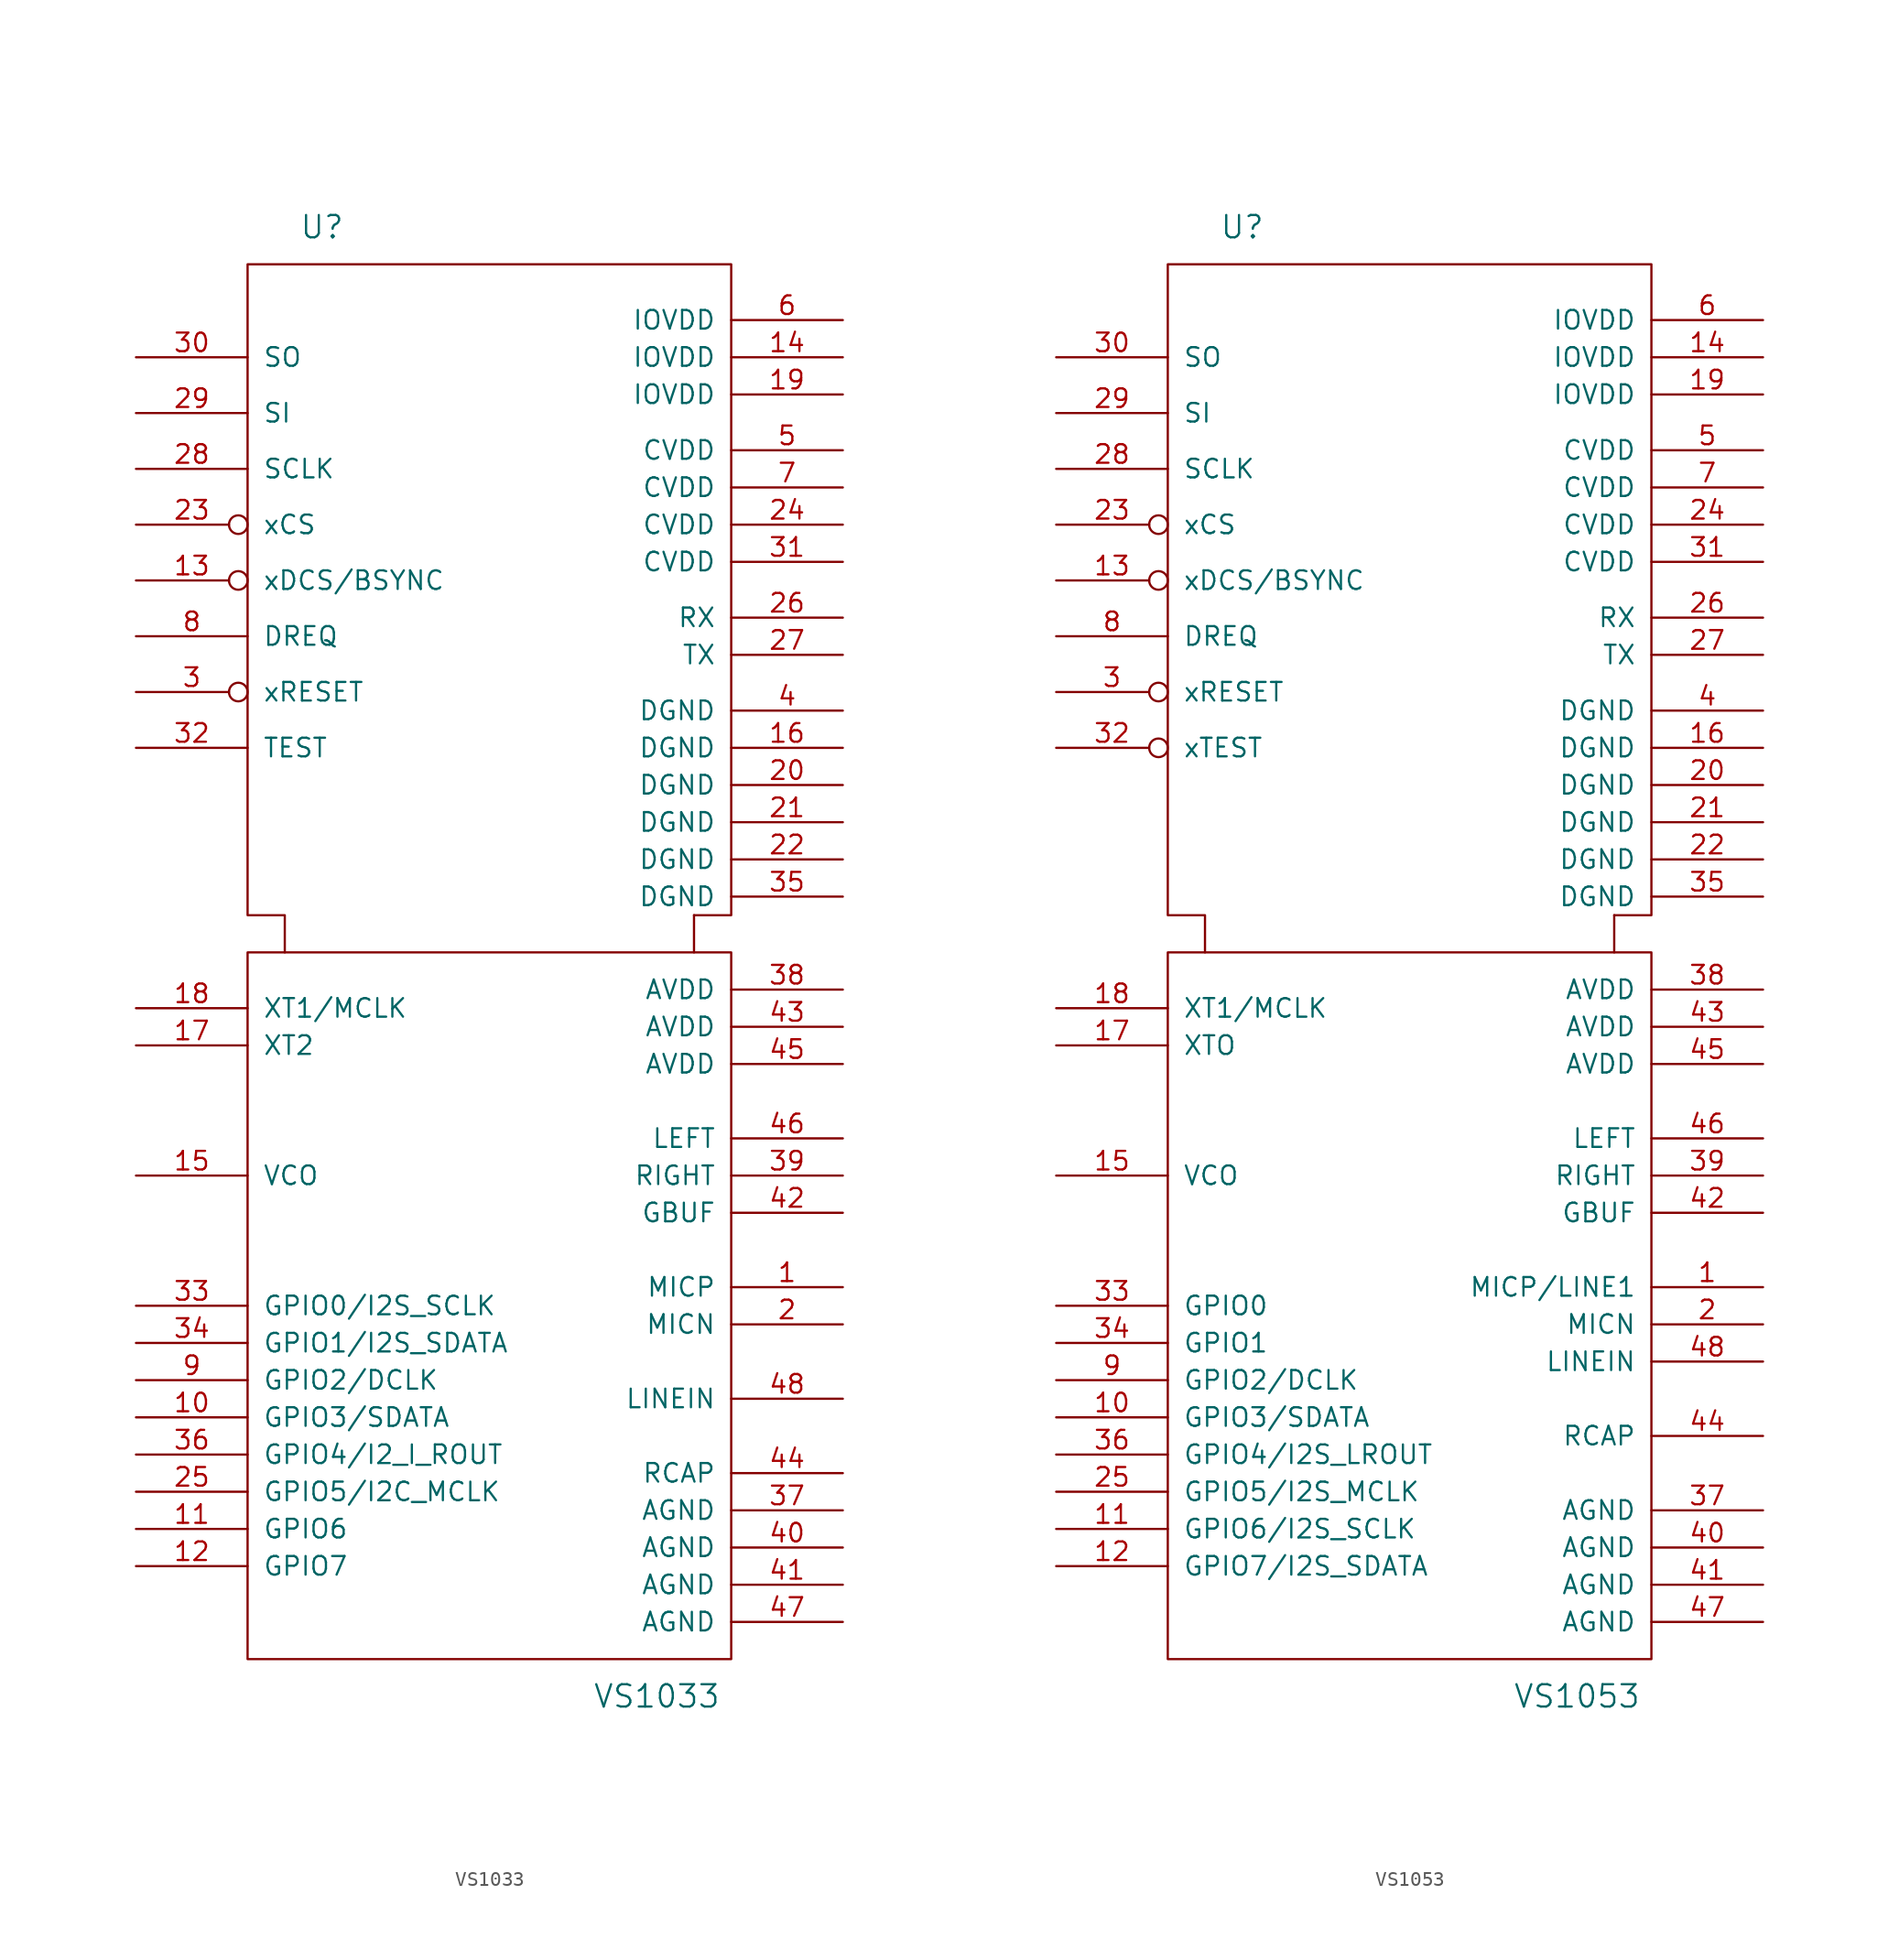
<source format=kicad_sym>
(kicad_symbol_lib
  (version 20211014)
  (generator kicad_symbol_editor)
  (symbol "VS1033"
    (pin_names
      (offset 1.016))
    (property "Reference" "U"
      (at -11.43 49.53 0)
      (effects (font (size 1.524 1.524))))
    (property "Value" "VS1033"
      (at 11.43 -50.8 0)
      (effects (font (size 1.524 1.524))))
    (property "Footprint" ""
      (at 0 0 0)
      (effects (font (size 1.524 1.524))))
    (property "Datasheet" ""
      (at 0 0 0)
      (effects (font (size 1.524 1.524))))
    (symbol "VS1033_0_1"
      (rectangle (start -16.51 0) (end 16.51 -48.26) (stroke (width 0) (type default) (color 0 0 0 0)) (fill (type none)))
      (polyline (pts (xy 13.97 0) (xy 13.97 2.54) (xy 13.97 2.54)) (stroke (width 0) (type default) (color 0 0 0 0)) (fill (type none)))
      (polyline (pts (xy 13.97 2.54) (xy 16.51 2.54) (xy 16.51 46.99) (xy -16.51 46.99) (xy -16.51 2.54) (xy -13.97 2.54) (xy -13.97 0) (xy -13.97 0)) (stroke (width 0) (type default) (color 0 0 0 0)) (fill (type none))))
    (symbol "VS1033_1_1"
      (pin input line (at 24.13 -22.86 180) (length 7.62) (name "MICP" (effects (font (size 1.27 1.27)))) (number "1" (effects (font (size 1.27 1.27)))))
      (pin bidirectional line (at -24.13 -31.75 0) (length 7.62) (name "GPIO3/SDATA" (effects (font (size 1.27 1.27)))) (number "10" (effects (font (size 1.27 1.27)))))
      (pin bidirectional line (at -24.13 -39.37 0) (length 7.62) (name "GPIO6" (effects (font (size 1.27 1.27)))) (number "11" (effects (font (size 1.27 1.27)))))
      (pin bidirectional line (at -24.13 -41.91 0) (length 7.62) (name "GPIO7" (effects (font (size 1.27 1.27)))) (number "12" (effects (font (size 1.27 1.27)))))
      (pin input inverted (at -24.13 25.4 0) (length 7.62) (name "xDCS/BSYNC" (effects (font (size 1.27 1.27)))) (number "13" (effects (font (size 1.27 1.27)))))
      (pin power_in line (at 24.13 40.64 180) (length 7.62) (name "IOVDD" (effects (font (size 1.27 1.27)))) (number "14" (effects (font (size 1.27 1.27)))))
      (pin output line (at -24.13 -15.24 0) (length 7.62) (name "VCO" (effects (font (size 1.27 1.27)))) (number "15" (effects (font (size 1.27 1.27)))))
      (pin power_out line (at 24.13 13.97 180) (length 7.62) (name "DGND" (effects (font (size 1.27 1.27)))) (number "16" (effects (font (size 1.27 1.27)))))
      (pin output line (at -24.13 -6.35 0) (length 7.62) (name "XT2" (effects (font (size 1.27 1.27)))) (number "17" (effects (font (size 1.27 1.27)))))
      (pin input line (at -24.13 -3.81 0) (length 7.62) (name "XT1/MCLK" (effects (font (size 1.27 1.27)))) (number "18" (effects (font (size 1.27 1.27)))))
      (pin power_in line (at 24.13 38.1 180) (length 7.62) (name "IOVDD" (effects (font (size 1.27 1.27)))) (number "19" (effects (font (size 1.27 1.27)))))
      (pin input line (at 24.13 -25.4 180) (length 7.62) (name "MICN" (effects (font (size 1.27 1.27)))) (number "2" (effects (font (size 1.27 1.27)))))
      (pin power_out line (at 24.13 11.43 180) (length 7.62) (name "DGND" (effects (font (size 1.27 1.27)))) (number "20" (effects (font (size 1.27 1.27)))))
      (pin power_out line (at 24.13 8.89 180) (length 7.62) (name "DGND" (effects (font (size 1.27 1.27)))) (number "21" (effects (font (size 1.27 1.27)))))
      (pin power_out line (at 24.13 6.35 180) (length 7.62) (name "DGND" (effects (font (size 1.27 1.27)))) (number "22" (effects (font (size 1.27 1.27)))))
      (pin input inverted (at -24.13 29.21 0) (length 7.62) (name "xCS" (effects (font (size 1.27 1.27)))) (number "23" (effects (font (size 1.27 1.27)))))
      (pin power_in line (at 24.13 29.21 180) (length 7.62) (name "CVDD" (effects (font (size 1.27 1.27)))) (number "24" (effects (font (size 1.27 1.27)))))
      (pin bidirectional line (at -24.13 -36.83 0) (length 7.62) (name "GPIO5/I2C_MCLK" (effects (font (size 1.27 1.27)))) (number "25" (effects (font (size 1.27 1.27)))))
      (pin input line (at 24.13 22.86 180) (length 7.62) (name "RX" (effects (font (size 1.27 1.27)))) (number "26" (effects (font (size 1.27 1.27)))))
      (pin output line (at 24.13 20.32 180) (length 7.62) (name "TX" (effects (font (size 1.27 1.27)))) (number "27" (effects (font (size 1.27 1.27)))))
      (pin input line (at -24.13 33.02 0) (length 7.62) (name "SCLK" (effects (font (size 1.27 1.27)))) (number "28" (effects (font (size 1.27 1.27)))))
      (pin input line (at -24.13 36.83 0) (length 7.62) (name "SI" (effects (font (size 1.27 1.27)))) (number "29" (effects (font (size 1.27 1.27)))))
      (pin input inverted (at -24.13 17.78 0) (length 7.62) (name "xRESET" (effects (font (size 1.27 1.27)))) (number "3" (effects (font (size 1.27 1.27)))))
      (pin output line (at -24.13 40.64 0) (length 7.62) (name "SO" (effects (font (size 1.27 1.27)))) (number "30" (effects (font (size 1.27 1.27)))))
      (pin power_in line (at 24.13 26.67 180) (length 7.62) (name "CVDD" (effects (font (size 1.27 1.27)))) (number "31" (effects (font (size 1.27 1.27)))))
      (pin input line (at -24.13 13.97 0) (length 7.62) (name "TEST" (effects (font (size 1.27 1.27)))) (number "32" (effects (font (size 1.27 1.27)))))
      (pin bidirectional line (at -24.13 -24.13 0) (length 7.62) (name "GPIO0/I2S_SCLK" (effects (font (size 1.27 1.27)))) (number "33" (effects (font (size 1.27 1.27)))))
      (pin bidirectional line (at -24.13 -26.67 0) (length 7.62) (name "GPIO1/I2S_SDATA" (effects (font (size 1.27 1.27)))) (number "34" (effects (font (size 1.27 1.27)))))
      (pin power_out line (at 24.13 3.81 180) (length 7.62) (name "DGND" (effects (font (size 1.27 1.27)))) (number "35" (effects (font (size 1.27 1.27)))))
      (pin bidirectional line (at -24.13 -34.29 0) (length 7.62) (name "GPIO4/I2_I_ROUT" (effects (font (size 1.27 1.27)))) (number "36" (effects (font (size 1.27 1.27)))))
      (pin power_out line (at 24.13 -38.1 180) (length 7.62) (name "AGND" (effects (font (size 1.27 1.27)))) (number "37" (effects (font (size 1.27 1.27)))))
      (pin power_in line (at 24.13 -2.54 180) (length 7.62) (name "AVDD" (effects (font (size 1.27 1.27)))) (number "38" (effects (font (size 1.27 1.27)))))
      (pin output line (at 24.13 -15.24 180) (length 7.62) (name "RIGHT" (effects (font (size 1.27 1.27)))) (number "39" (effects (font (size 1.27 1.27)))))
      (pin power_out line (at 24.13 16.51 180) (length 7.62) (name "DGND" (effects (font (size 1.27 1.27)))) (number "4" (effects (font (size 1.27 1.27)))))
      (pin power_out line (at 24.13 -40.64 180) (length 7.62) (name "AGND" (effects (font (size 1.27 1.27)))) (number "40" (effects (font (size 1.27 1.27)))))
      (pin power_out line (at 24.13 -43.18 180) (length 7.62) (name "AGND" (effects (font (size 1.27 1.27)))) (number "41" (effects (font (size 1.27 1.27)))))
      (pin output line (at 24.13 -17.78 180) (length 7.62) (name "GBUF" (effects (font (size 1.27 1.27)))) (number "42" (effects (font (size 1.27 1.27)))))
      (pin power_in line (at 24.13 -5.08 180) (length 7.62) (name "AVDD" (effects (font (size 1.27 1.27)))) (number "43" (effects (font (size 1.27 1.27)))))
      (pin bidirectional line (at 24.13 -35.56 180) (length 7.62) (name "RCAP" (effects (font (size 1.27 1.27)))) (number "44" (effects (font (size 1.27 1.27)))))
      (pin power_in line (at 24.13 -7.62 180) (length 7.62) (name "AVDD" (effects (font (size 1.27 1.27)))) (number "45" (effects (font (size 1.27 1.27)))))
      (pin output line (at 24.13 -12.7 180) (length 7.62) (name "LEFT" (effects (font (size 1.27 1.27)))) (number "46" (effects (font (size 1.27 1.27)))))
      (pin power_out line (at 24.13 -45.72 180) (length 7.62) (name "AGND" (effects (font (size 1.27 1.27)))) (number "47" (effects (font (size 1.27 1.27)))))
      (pin input line (at 24.13 -30.48 180) (length 7.62) (name "LINEIN" (effects (font (size 1.27 1.27)))) (number "48" (effects (font (size 1.27 1.27)))))
      (pin power_in line (at 24.13 34.29 180) (length 7.62) (name "CVDD" (effects (font (size 1.27 1.27)))) (number "5" (effects (font (size 1.27 1.27)))))
      (pin power_in line (at 24.13 43.18 180) (length 7.62) (name "IOVDD" (effects (font (size 1.27 1.27)))) (number "6" (effects (font (size 1.27 1.27)))))
      (pin power_in line (at 24.13 31.75 180) (length 7.62) (name "CVDD" (effects (font (size 1.27 1.27)))) (number "7" (effects (font (size 1.27 1.27)))))
      (pin output line (at -24.13 21.59 0) (length 7.62) (name "DREQ" (effects (font (size 1.27 1.27)))) (number "8" (effects (font (size 1.27 1.27)))))
      (pin bidirectional line (at -24.13 -29.21 0) (length 7.62) (name "GPIO2/DCLK" (effects (font (size 1.27 1.27)))) (number "9" (effects (font (size 1.27 1.27)))))))
  (symbol "VS1053"
    (pin_names
      (offset 1.016))
    (property "Reference" "U"
      (at -11.43 49.53 0)
      (effects (font (size 1.524 1.524))))
    (property "Value" "VS1053"
      (at 11.43 -50.8 0)
      (effects (font (size 1.524 1.524))))
    (property "Footprint" ""
      (at 0 0 0)
      (effects (font (size 1.524 1.524))))
    (property "Datasheet" ""
      (at 0 0 0)
      (effects (font (size 1.524 1.524))))
    (symbol "VS1053_0_1"
      (rectangle (start -16.51 0) (end 16.51 -48.26) (stroke (width 0) (type default) (color 0 0 0 0)) (fill (type none)))
      (polyline (pts (xy 13.97 0) (xy 13.97 2.54) (xy 13.97 2.54)) (stroke (width 0) (type default) (color 0 0 0 0)) (fill (type none)))
      (polyline (pts (xy 13.97 2.54) (xy 16.51 2.54) (xy 16.51 46.99) (xy -16.51 46.99) (xy -16.51 2.54) (xy -13.97 2.54) (xy -13.97 0) (xy -13.97 0)) (stroke (width 0) (type default) (color 0 0 0 0)) (fill (type none))))
    (symbol "VS1053_1_1"
      (pin input line (at 24.13 -22.86 180) (length 7.62) (name "MICP/LINE1" (effects (font (size 1.27 1.27)))) (number "1" (effects (font (size 1.27 1.27)))))
      (pin bidirectional line (at -24.13 -31.75 0) (length 7.62) (name "GPIO3/SDATA" (effects (font (size 1.27 1.27)))) (number "10" (effects (font (size 1.27 1.27)))))
      (pin bidirectional line (at -24.13 -39.37 0) (length 7.62) (name "GPIO6/I2S_SCLK" (effects (font (size 1.27 1.27)))) (number "11" (effects (font (size 1.27 1.27)))))
      (pin bidirectional line (at -24.13 -41.91 0) (length 7.62) (name "GPIO7/I2S_SDATA" (effects (font (size 1.27 1.27)))) (number "12" (effects (font (size 1.27 1.27)))))
      (pin input inverted (at -24.13 25.4 0) (length 7.62) (name "xDCS/BSYNC" (effects (font (size 1.27 1.27)))) (number "13" (effects (font (size 1.27 1.27)))))
      (pin power_in line (at 24.13 40.64 180) (length 7.62) (name "IOVDD" (effects (font (size 1.27 1.27)))) (number "14" (effects (font (size 1.27 1.27)))))
      (pin output line (at -24.13 -15.24 0) (length 7.62) (name "VCO" (effects (font (size 1.27 1.27)))) (number "15" (effects (font (size 1.27 1.27)))))
      (pin power_in line (at 24.13 13.97 180) (length 7.62) (name "DGND" (effects (font (size 1.27 1.27)))) (number "16" (effects (font (size 1.27 1.27)))))
      (pin output line (at -24.13 -6.35 0) (length 7.62) (name "XTO" (effects (font (size 1.27 1.27)))) (number "17" (effects (font (size 1.27 1.27)))))
      (pin input line (at -24.13 -3.81 0) (length 7.62) (name "XT1/MCLK" (effects (font (size 1.27 1.27)))) (number "18" (effects (font (size 1.27 1.27)))))
      (pin power_in line (at 24.13 38.1 180) (length 7.62) (name "IOVDD" (effects (font (size 1.27 1.27)))) (number "19" (effects (font (size 1.27 1.27)))))
      (pin input line (at 24.13 -25.4 180) (length 7.62) (name "MICN" (effects (font (size 1.27 1.27)))) (number "2" (effects (font (size 1.27 1.27)))))
      (pin power_in line (at 24.13 11.43 180) (length 7.62) (name "DGND" (effects (font (size 1.27 1.27)))) (number "20" (effects (font (size 1.27 1.27)))))
      (pin power_in line (at 24.13 8.89 180) (length 7.62) (name "DGND" (effects (font (size 1.27 1.27)))) (number "21" (effects (font (size 1.27 1.27)))))
      (pin power_in line (at 24.13 6.35 180) (length 7.62) (name "DGND" (effects (font (size 1.27 1.27)))) (number "22" (effects (font (size 1.27 1.27)))))
      (pin input inverted (at -24.13 29.21 0) (length 7.62) (name "xCS" (effects (font (size 1.27 1.27)))) (number "23" (effects (font (size 1.27 1.27)))))
      (pin power_in line (at 24.13 29.21 180) (length 7.62) (name "CVDD" (effects (font (size 1.27 1.27)))) (number "24" (effects (font (size 1.27 1.27)))))
      (pin bidirectional line (at -24.13 -36.83 0) (length 7.62) (name "GPIO5/I2S_MCLK" (effects (font (size 1.27 1.27)))) (number "25" (effects (font (size 1.27 1.27)))))
      (pin input line (at 24.13 22.86 180) (length 7.62) (name "RX" (effects (font (size 1.27 1.27)))) (number "26" (effects (font (size 1.27 1.27)))))
      (pin output line (at 24.13 20.32 180) (length 7.62) (name "TX" (effects (font (size 1.27 1.27)))) (number "27" (effects (font (size 1.27 1.27)))))
      (pin input line (at -24.13 33.02 0) (length 7.62) (name "SCLK" (effects (font (size 1.27 1.27)))) (number "28" (effects (font (size 1.27 1.27)))))
      (pin input line (at -24.13 36.83 0) (length 7.62) (name "SI" (effects (font (size 1.27 1.27)))) (number "29" (effects (font (size 1.27 1.27)))))
      (pin input inverted (at -24.13 17.78 0) (length 7.62) (name "xRESET" (effects (font (size 1.27 1.27)))) (number "3" (effects (font (size 1.27 1.27)))))
      (pin output line (at -24.13 40.64 0) (length 7.62) (name "SO" (effects (font (size 1.27 1.27)))) (number "30" (effects (font (size 1.27 1.27)))))
      (pin power_in line (at 24.13 26.67 180) (length 7.62) (name "CVDD" (effects (font (size 1.27 1.27)))) (number "31" (effects (font (size 1.27 1.27)))))
      (pin input inverted (at -24.13 13.97 0) (length 7.62) (name "xTEST" (effects (font (size 1.27 1.27)))) (number "32" (effects (font (size 1.27 1.27)))))
      (pin bidirectional line (at -24.13 -24.13 0) (length 7.62) (name "GPIO0" (effects (font (size 1.27 1.27)))) (number "33" (effects (font (size 1.27 1.27)))))
      (pin bidirectional line (at -24.13 -26.67 0) (length 7.62) (name "GPIO1" (effects (font (size 1.27 1.27)))) (number "34" (effects (font (size 1.27 1.27)))))
      (pin power_in line (at 24.13 3.81 180) (length 7.62) (name "DGND" (effects (font (size 1.27 1.27)))) (number "35" (effects (font (size 1.27 1.27)))))
      (pin bidirectional line (at -24.13 -34.29 0) (length 7.62) (name "GPIO4/I2S_LROUT" (effects (font (size 1.27 1.27)))) (number "36" (effects (font (size 1.27 1.27)))))
      (pin power_in line (at 24.13 -38.1 180) (length 7.62) (name "AGND" (effects (font (size 1.27 1.27)))) (number "37" (effects (font (size 1.27 1.27)))))
      (pin power_in line (at 24.13 -2.54 180) (length 7.62) (name "AVDD" (effects (font (size 1.27 1.27)))) (number "38" (effects (font (size 1.27 1.27)))))
      (pin output line (at 24.13 -15.24 180) (length 7.62) (name "RIGHT" (effects (font (size 1.27 1.27)))) (number "39" (effects (font (size 1.27 1.27)))))
      (pin power_in line (at 24.13 16.51 180) (length 7.62) (name "DGND" (effects (font (size 1.27 1.27)))) (number "4" (effects (font (size 1.27 1.27)))))
      (pin power_in line (at 24.13 -40.64 180) (length 7.62) (name "AGND" (effects (font (size 1.27 1.27)))) (number "40" (effects (font (size 1.27 1.27)))))
      (pin power_in line (at 24.13 -43.18 180) (length 7.62) (name "AGND" (effects (font (size 1.27 1.27)))) (number "41" (effects (font (size 1.27 1.27)))))
      (pin output line (at 24.13 -17.78 180) (length 7.62) (name "GBUF" (effects (font (size 1.27 1.27)))) (number "42" (effects (font (size 1.27 1.27)))))
      (pin power_in line (at 24.13 -5.08 180) (length 7.62) (name "AVDD" (effects (font (size 1.27 1.27)))) (number "43" (effects (font (size 1.27 1.27)))))
      (pin bidirectional line (at 24.13 -33.02 180) (length 7.62) (name "RCAP" (effects (font (size 1.27 1.27)))) (number "44" (effects (font (size 1.27 1.27)))))
      (pin power_in line (at 24.13 -7.62 180) (length 7.62) (name "AVDD" (effects (font (size 1.27 1.27)))) (number "45" (effects (font (size 1.27 1.27)))))
      (pin output line (at 24.13 -12.7 180) (length 7.62) (name "LEFT" (effects (font (size 1.27 1.27)))) (number "46" (effects (font (size 1.27 1.27)))))
      (pin power_in line (at 24.13 -45.72 180) (length 7.62) (name "AGND" (effects (font (size 1.27 1.27)))) (number "47" (effects (font (size 1.27 1.27)))))
      (pin input line (at 24.13 -27.94 180) (length 7.62) (name "LINEIN" (effects (font (size 1.27 1.27)))) (number "48" (effects (font (size 1.27 1.27)))))
      (pin power_in line (at 24.13 34.29 180) (length 7.62) (name "CVDD" (effects (font (size 1.27 1.27)))) (number "5" (effects (font (size 1.27 1.27)))))
      (pin power_in line (at 24.13 43.18 180) (length 7.62) (name "IOVDD" (effects (font (size 1.27 1.27)))) (number "6" (effects (font (size 1.27 1.27)))))
      (pin power_in line (at 24.13 31.75 180) (length 7.62) (name "CVDD" (effects (font (size 1.27 1.27)))) (number "7" (effects (font (size 1.27 1.27)))))
      (pin output line (at -24.13 21.59 0) (length 7.62) (name "DREQ" (effects (font (size 1.27 1.27)))) (number "8" (effects (font (size 1.27 1.27)))))
      (pin bidirectional line (at -24.13 -29.21 0) (length 7.62) (name "GPIO2/DCLK" (effects (font (size 1.27 1.27)))) (number "9" (effects (font (size 1.27 1.27))))))))
</source>
